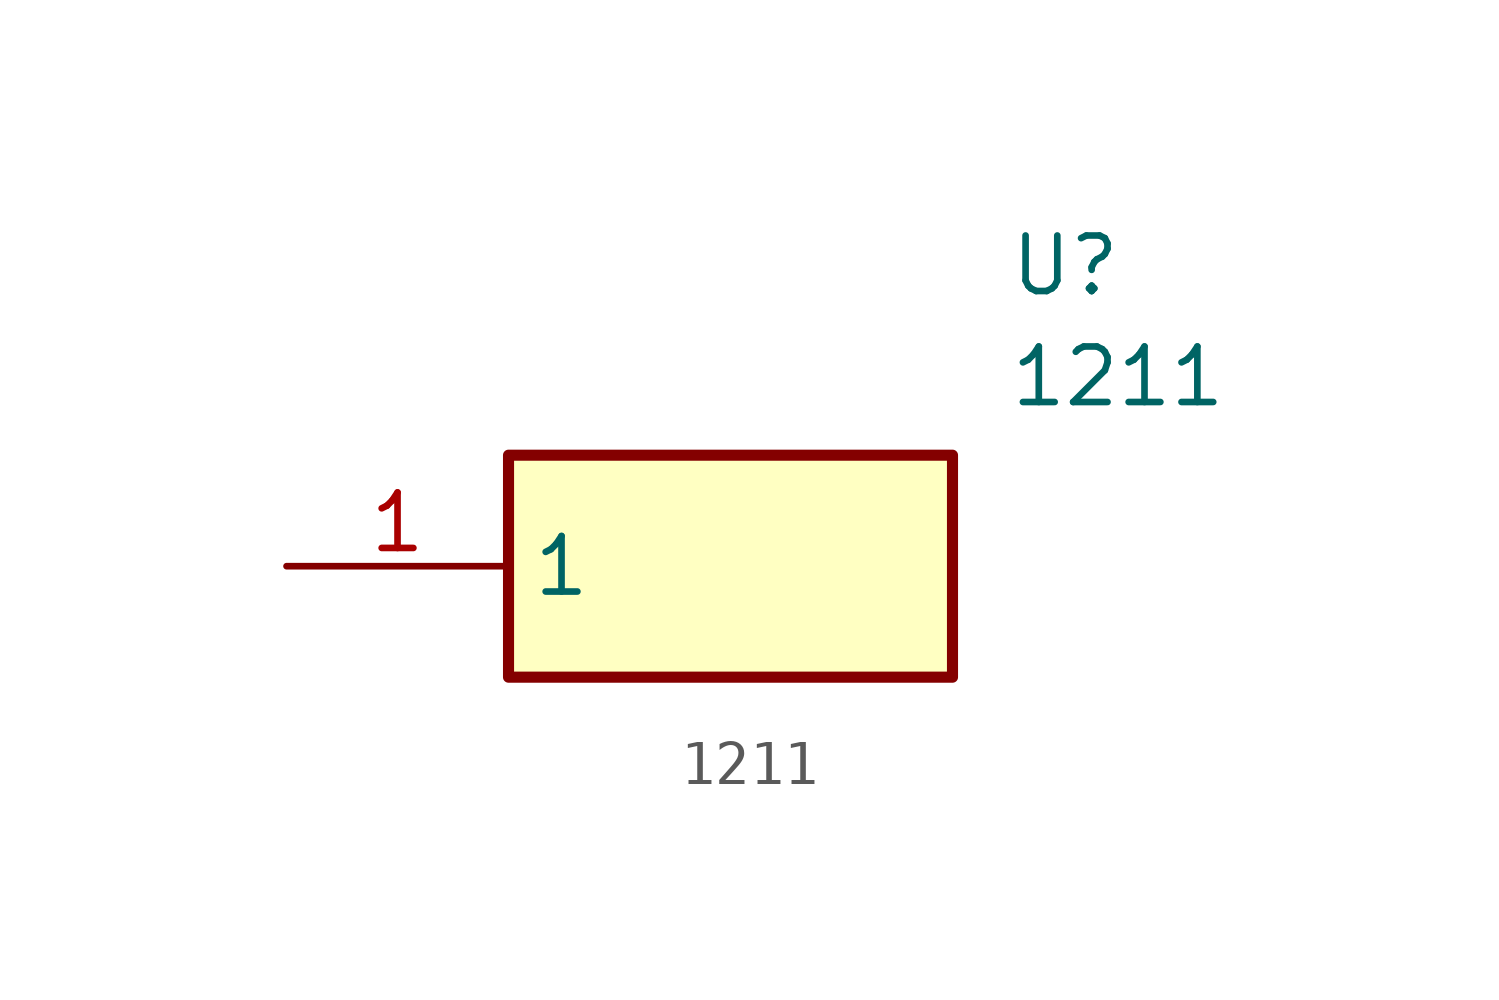
<source format=kicad_sym>
(kicad_symbol_lib
  (version 20211014)
  (generator SamacSys_ECAD_Model)
  (symbol "1211"
    (property "Reference" "U"
      (at 16.51 7.62 0)
      (effects (font (size 1.27 1.27)) (justify left top)))
    (property "Value" "1211"
      (at 16.51 5.08 0)
      (effects (font (size 1.27 1.27)) (justify left top)))
    (rectangle
      (start 5.08 2.54)
      (end 15.24 -2.54)
      (stroke (width 0.254) (type default))
      (fill (type background)))
    (pin passive line
      (at 0 0 0)
      (length 5.08)
      (name "1" (effects (font (size 1.27 1.27))))
      (number "1" (effects (font (size 1.27 1.27)))))))
</source>
